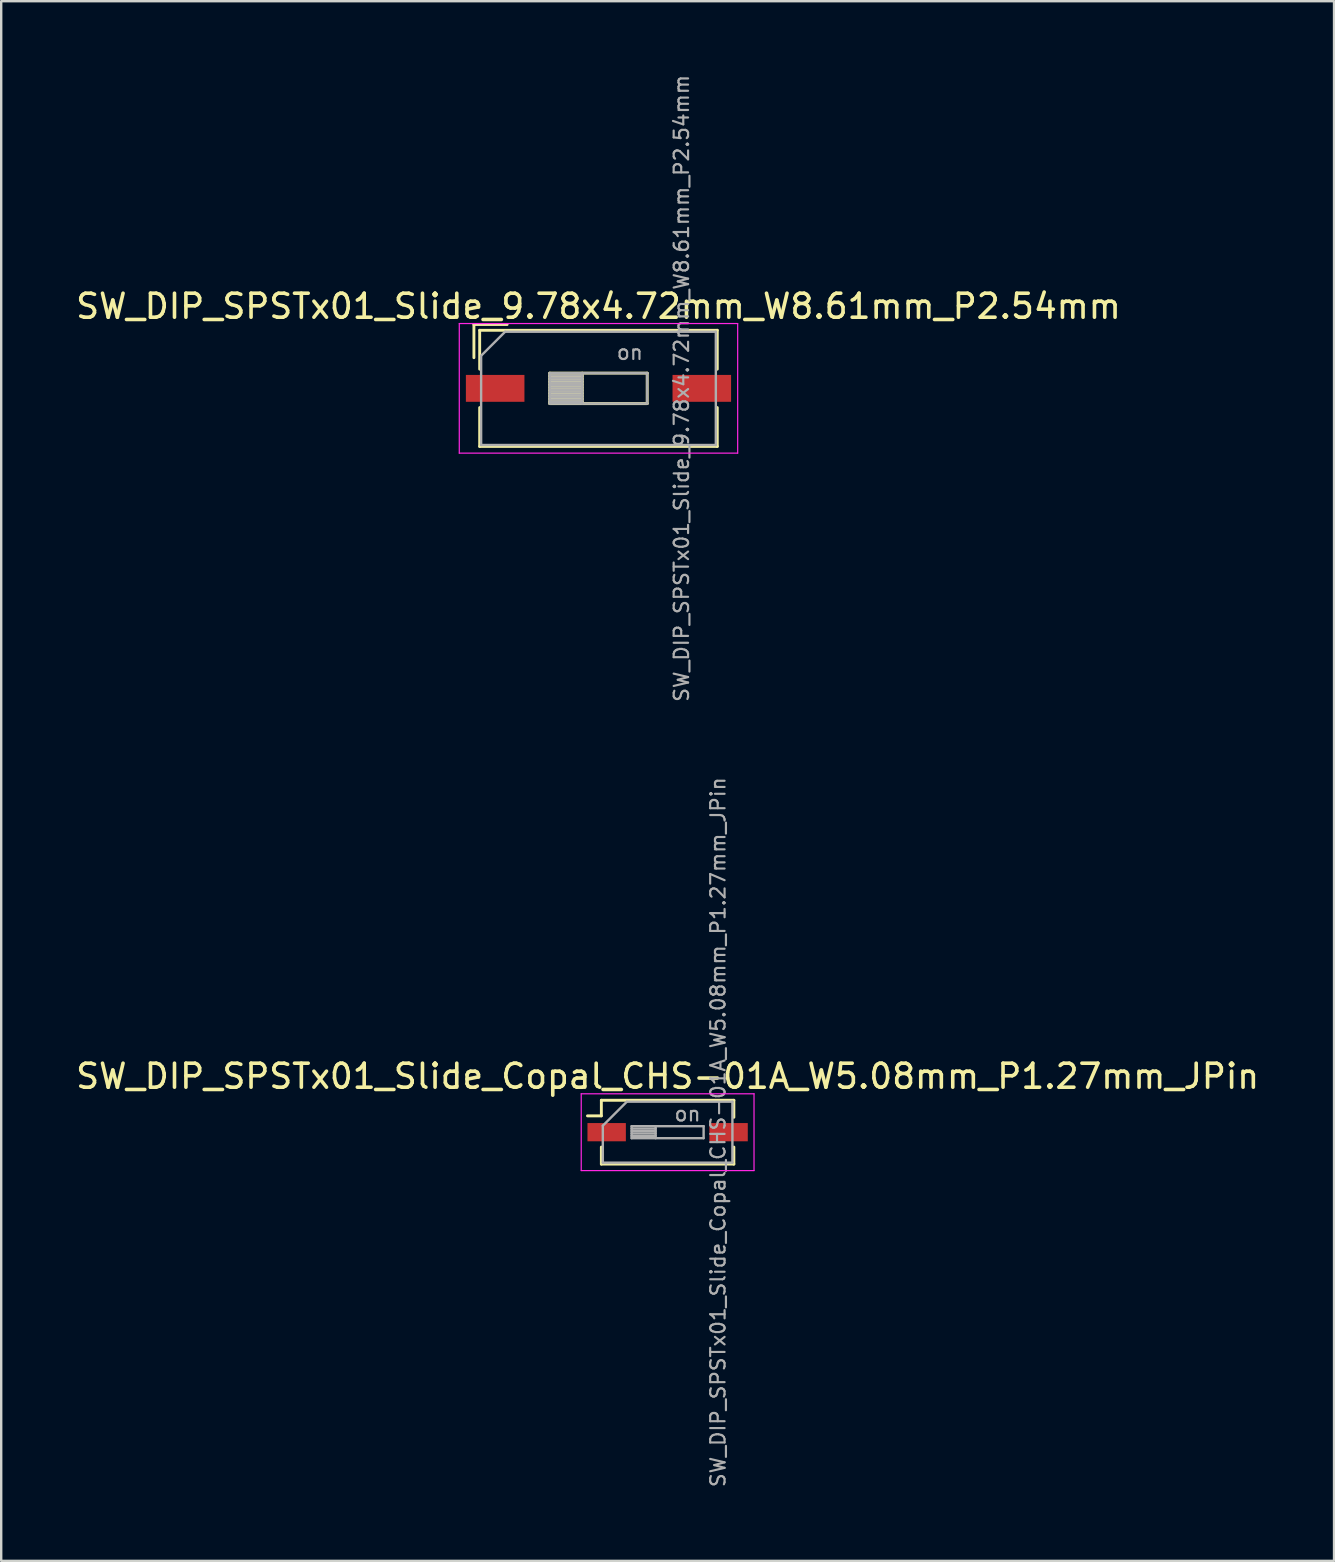
<source format=kicad_pcb>
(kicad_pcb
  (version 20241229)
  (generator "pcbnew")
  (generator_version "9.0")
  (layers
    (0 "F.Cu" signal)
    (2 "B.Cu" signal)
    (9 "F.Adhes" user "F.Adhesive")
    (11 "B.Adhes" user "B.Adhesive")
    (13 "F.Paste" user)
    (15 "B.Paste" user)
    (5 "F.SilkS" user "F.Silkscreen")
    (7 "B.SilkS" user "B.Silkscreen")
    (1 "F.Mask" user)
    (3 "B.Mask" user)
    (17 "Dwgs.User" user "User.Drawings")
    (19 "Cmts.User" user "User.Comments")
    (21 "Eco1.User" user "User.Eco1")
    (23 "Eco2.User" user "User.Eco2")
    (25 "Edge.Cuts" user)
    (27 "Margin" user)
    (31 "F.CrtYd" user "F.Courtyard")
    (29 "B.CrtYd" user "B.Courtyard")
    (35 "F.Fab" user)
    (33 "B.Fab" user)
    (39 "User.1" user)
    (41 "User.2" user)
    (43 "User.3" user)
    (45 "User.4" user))
  (footprint "SW_DIP_SPSTx01_Slide_9.78x4.72mm_W8.61mm_P2.54mm"
    (layer "F.Cu")
    (at 21.887 13.132)
    (property "Reference" "SW_DIP_SPSTx01_Slide_9.78x4.72mm_W8.61mm_P2.54mm" (at 0 -3.42 0) (layer "F.SilkS") (effects (font (size 1 1) (thickness 0.15))))
    (attr smd)
    (fp_line (start -5.19 -2.66) (end -5.19 -1.277) (stroke (width 0.12) (type solid)) (layer "F.SilkS"))
    (fp_line (start -5.19 -2.66) (end -3.806 -2.66) (stroke (width 0.12) (type solid)) (layer "F.SilkS"))
    (fp_line (start -4.95 -2.42) (end -4.95 -0.8) (stroke (width 0.12) (type solid)) (layer "F.SilkS"))
    (fp_line (start -4.95 -2.42) (end 4.95 -2.42) (stroke (width 0.12) (type solid)) (layer "F.SilkS"))
    (fp_line (start -4.95 0.8) (end -4.95 2.42) (stroke (width 0.12) (type solid)) (layer "F.SilkS"))
    (fp_line (start -4.95 2.42) (end 4.95 2.42) (stroke (width 0.12) (type solid)) (layer "F.SilkS"))
    (fp_line (start -2.03 -0.635) (end -2.03 0.635) (stroke (width 0.12) (type solid)) (layer "F.SilkS"))
    (fp_line (start -2.03 -0.515) (end -0.677 -0.515) (stroke (width 0.12) (type solid)) (layer "F.SilkS"))
    (fp_line (start -2.03 -0.395) (end -0.677 -0.395) (stroke (width 0.12) (type solid)) (layer "F.SilkS"))
    (fp_line (start -2.03 -0.275) (end -0.677 -0.275) (stroke (width 0.12) (type solid)) (layer "F.SilkS"))
    (fp_line (start -2.03 -0.155) (end -0.677 -0.155) (stroke (width 0.12) (type solid)) (layer "F.SilkS"))
    (fp_line (start -2.03 -0.035) (end -0.677 -0.035) (stroke (width 0.12) (type solid)) (layer "F.SilkS"))
    (fp_line (start -2.03 0.085) (end -0.677 0.085) (stroke (width 0.12) (type solid)) (layer "F.SilkS"))
    (fp_line (start -2.03 0.205) (end -0.677 0.205) (stroke (width 0.12) (type solid)) (layer "F.SilkS"))
    (fp_line (start -2.03 0.325) (end -0.677 0.325) (stroke (width 0.12) (type solid)) (layer "F.SilkS"))
    (fp_line (start -2.03 0.445) (end -0.677 0.445) (stroke (width 0.12) (type solid)) (layer "F.SilkS"))
    (fp_line (start -2.03 0.565) (end -0.677 0.565) (stroke (width 0.12) (type solid)) (layer "F.SilkS"))
    (fp_line (start -2.03 0.635) (end 2.03 0.635) (stroke (width 0.12) (type solid)) (layer "F.SilkS"))
    (fp_line (start -0.677 -0.635) (end -0.677 0.635) (stroke (width 0.12) (type solid)) (layer "F.SilkS"))
    (fp_line (start 2.03 -0.635) (end -2.03 -0.635) (stroke (width 0.12) (type solid)) (layer "F.SilkS"))
    (fp_line (start 2.03 0.635) (end 2.03 -0.635) (stroke (width 0.12) (type solid)) (layer "F.SilkS"))
    (fp_line (start 4.95 -2.42) (end 4.95 -0.8) (stroke (width 0.12) (type solid)) (layer "F.SilkS"))
    (fp_line (start 4.95 0.8) (end 4.95 2.42) (stroke (width 0.12) (type solid)) (layer "F.SilkS"))
    (fp_line (start -5.8 -2.7) (end -5.8 2.7) (stroke (width 0.05) (type solid)) (layer "F.CrtYd"))
    (fp_line (start -5.8 2.7) (end 5.8 2.7) (stroke (width 0.05) (type solid)) (layer "F.CrtYd"))
    (fp_line (start 5.8 -2.7) (end -5.8 -2.7) (stroke (width 0.05) (type solid)) (layer "F.CrtYd"))
    (fp_line (start 5.8 2.7) (end 5.8 -2.7) (stroke (width 0.05) (type solid)) (layer "F.CrtYd"))
    (fp_line (start -4.89 -1.36) (end -3.89 -2.36) (stroke (width 0.1) (type solid)) (layer "F.Fab"))
    (fp_line (start -4.89 2.36) (end -4.89 -1.36) (stroke (width 0.1) (type solid)) (layer "F.Fab"))
    (fp_line (start -3.89 -2.36) (end 4.89 -2.36) (stroke (width 0.1) (type solid)) (layer "F.Fab"))
    (fp_line (start -2.03 -0.635) (end -2.03 0.635) (stroke (width 0.1) (type solid)) (layer "F.Fab"))
    (fp_line (start -2.03 -0.535) (end -0.677 -0.535) (stroke (width 0.1) (type solid)) (layer "F.Fab"))
    (fp_line (start -2.03 -0.435) (end -0.677 -0.435) (stroke (width 0.1) (type solid)) (layer "F.Fab"))
    (fp_line (start -2.03 -0.335) (end -0.677 -0.335) (stroke (width 0.1) (type solid)) (layer "F.Fab"))
    (fp_line (start -2.03 -0.235) (end -0.677 -0.235) (stroke (width 0.1) (type solid)) (layer "F.Fab"))
    (fp_line (start -2.03 -0.135) (end -0.677 -0.135) (stroke (width 0.1) (type solid)) (layer "F.Fab"))
    (fp_line (start -2.03 -0.035) (end -0.677 -0.035) (stroke (width 0.1) (type solid)) (layer "F.Fab"))
    (fp_line (start -2.03 0.065) (end -0.677 0.065) (stroke (width 0.1) (type solid)) (layer "F.Fab"))
    (fp_line (start -2.03 0.165) (end -0.677 0.165) (stroke (width 0.1) (type solid)) (layer "F.Fab"))
    (fp_line (start -2.03 0.265) (end -0.677 0.265) (stroke (width 0.1) (type solid)) (layer "F.Fab"))
    (fp_line (start -2.03 0.365) (end -0.677 0.365) (stroke (width 0.1) (type solid)) (layer "F.Fab"))
    (fp_line (start -2.03 0.465) (end -0.677 0.465) (stroke (width 0.1) (type solid)) (layer "F.Fab"))
    (fp_line (start -2.03 0.565) (end -0.677 0.565) (stroke (width 0.1) (type solid)) (layer "F.Fab"))
    (fp_line (start -2.03 0.635) (end 2.03 0.635) (stroke (width 0.1) (type solid)) (layer "F.Fab"))
    (fp_line (start -0.677 -0.635) (end -0.677 0.635) (stroke (width 0.1) (type solid)) (layer "F.Fab"))
    (fp_line (start 2.03 -0.635) (end -2.03 -0.635) (stroke (width 0.1) (type solid)) (layer "F.Fab"))
    (fp_line (start 2.03 0.635) (end 2.03 -0.635) (stroke (width 0.1) (type solid)) (layer "F.Fab"))
    (fp_line (start 4.89 -2.36) (end 4.89 2.36) (stroke (width 0.1) (type solid)) (layer "F.Fab"))
    (fp_line (start 4.89 2.36) (end -4.89 2.36) (stroke (width 0.1) (type solid)) (layer "F.Fab"))
    (fp_text user "${REFERENCE}" (at 3.46 0 90) (layer "F.Fab") (effects (font (size 0.6 0.6) (thickness 0.09))))
    (fp_text user "on" (at 1.308 -1.498 0) (layer "F.Fab") (effects (font (size 0.6 0.6) (thickness 0.09))))
    (pad "1" smd rect (at -4.305 0) (size 2.44 1.12) (layers "F.Cu" "F.Mask" "F.Paste"))
    (pad "2" smd rect (at 4.305 0) (size 2.44 1.12) (layers "F.Cu" "F.Mask" "F.Paste")))
  (footprint "SW_DIP_SPSTx01_Slide_Copal_CHS-01A_W5.08mm_P1.27mm_JPin"
    (layer "F.Cu")
    (at 24.768 44.125)
    (property "Reference" "SW_DIP_SPSTx01_Slide_Copal_CHS-01A_W5.08mm_P1.27mm_JPin" (at 0 -2.33 0) (layer "F.SilkS") (effects (font (size 1 1) (thickness 0.15))))
    (attr smd)
    (fp_line (start -3.34 -0.68) (end -2.761 -0.68) (stroke (width 0.12) (type solid)) (layer "F.SilkS"))
    (fp_line (start -2.761 -1.33) (end -2.761 -0.68) (stroke (width 0.12) (type solid)) (layer "F.SilkS"))
    (fp_line (start -2.761 -1.33) (end 2.76 -1.33) (stroke (width 0.12) (type solid)) (layer "F.SilkS"))
    (fp_line (start -2.761 0.62) (end -2.761 1.33) (stroke (width 0.12) (type solid)) (layer "F.SilkS"))
    (fp_line (start -2.761 1.33) (end 2.76 1.33) (stroke (width 0.12) (type solid)) (layer "F.SilkS"))
    (fp_line (start 2.76 -1.33) (end 2.76 -0.62) (stroke (width 0.12) (type solid)) (layer "F.SilkS"))
    (fp_line (start 2.76 0.62) (end 2.76 1.33) (stroke (width 0.12) (type solid)) (layer "F.SilkS"))
    (fp_line (start -3.6 -1.6) (end -3.6 1.6) (stroke (width 0.05) (type solid)) (layer "F.CrtYd"))
    (fp_line (start -3.6 1.6) (end 3.6 1.6) (stroke (width 0.05) (type solid)) (layer "F.CrtYd"))
    (fp_line (start 3.6 -1.6) (end -3.6 -1.6) (stroke (width 0.05) (type solid)) (layer "F.CrtYd"))
    (fp_line (start 3.6 1.6) (end 3.6 -1.6) (stroke (width 0.05) (type solid)) (layer "F.CrtYd"))
    (fp_line (start -2.7 -0.27) (end -1.7 -1.27) (stroke (width 0.1) (type solid)) (layer "F.Fab"))
    (fp_line (start -2.7 1.27) (end -2.7 -0.27) (stroke (width 0.1) (type solid)) (layer "F.Fab"))
    (fp_line (start -1.7 -1.27) (end 2.7 -1.27) (stroke (width 0.1) (type solid)) (layer "F.Fab"))
    (fp_line (start -1.5 -0.25) (end -1.5 0.25) (stroke (width 0.1) (type solid)) (layer "F.Fab"))
    (fp_line (start -1.5 -0.15) (end -0.5 -0.15) (stroke (width 0.1) (type solid)) (layer "F.Fab"))
    (fp_line (start -1.5 -0.05) (end -0.5 -0.05) (stroke (width 0.1) (type solid)) (layer "F.Fab"))
    (fp_line (start -1.5 0.05) (end -0.5 0.05) (stroke (width 0.1) (type solid)) (layer "F.Fab"))
    (fp_line (start -1.5 0.15) (end -0.5 0.15) (stroke (width 0.1) (type solid)) (layer "F.Fab"))
    (fp_line (start -1.5 0.25) (end 1.5 0.25) (stroke (width 0.1) (type solid)) (layer "F.Fab"))
    (fp_line (start -0.5 -0.25) (end -0.5 0.25) (stroke (width 0.1) (type solid)) (layer "F.Fab"))
    (fp_line (start 1.5 -0.25) (end -1.5 -0.25) (stroke (width 0.1) (type solid)) (layer "F.Fab"))
    (fp_line (start 1.5 0.25) (end 1.5 -0.25) (stroke (width 0.1) (type solid)) (layer "F.Fab"))
    (fp_line (start 2.7 -1.27) (end 2.7 1.27) (stroke (width 0.1) (type solid)) (layer "F.Fab"))
    (fp_line (start 2.7 1.27) (end -2.7 1.27) (stroke (width 0.1) (type solid)) (layer "F.Fab"))
    (fp_text user "on" (at 0.83 -0.76 0) (layer "F.Fab") (effects (font (size 0.6 0.6) (thickness 0.09))))
    (fp_text user "${REFERENCE}" (at 2.1 0 90) (layer "F.Fab") (effects (font (size 0.6 0.6) (thickness 0.09))))
    (pad "1" smd rect (at -2.54 0) (size 1.6 0.76) (layers "F.Cu" "F.Mask" "F.Paste"))
    (pad "2" smd rect (at 2.54 0) (size 1.6 0.76) (layers "F.Cu" "F.Mask" "F.Paste")))
  (gr_rect
    (start -3 -3)
    (end 52.536 61.986)
    (stroke (width 0.1) (type default))
    (fill no)
    (layer "Edge.Cuts")))
</source>
